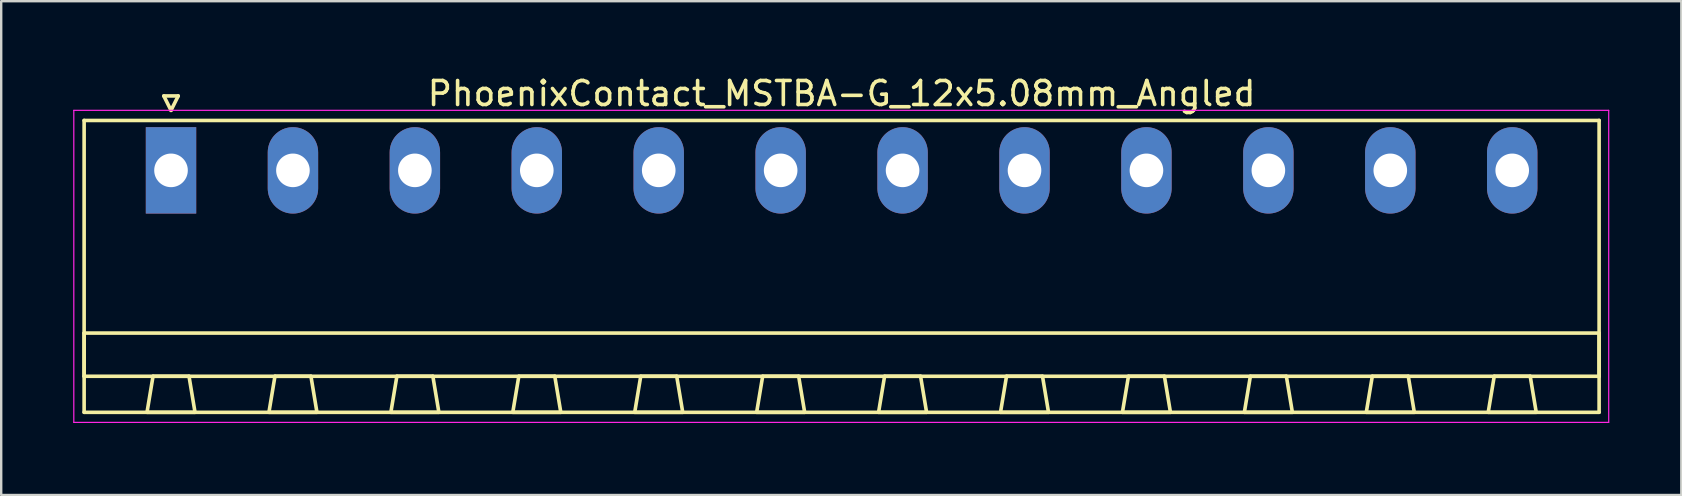
<source format=kicad_pcb>
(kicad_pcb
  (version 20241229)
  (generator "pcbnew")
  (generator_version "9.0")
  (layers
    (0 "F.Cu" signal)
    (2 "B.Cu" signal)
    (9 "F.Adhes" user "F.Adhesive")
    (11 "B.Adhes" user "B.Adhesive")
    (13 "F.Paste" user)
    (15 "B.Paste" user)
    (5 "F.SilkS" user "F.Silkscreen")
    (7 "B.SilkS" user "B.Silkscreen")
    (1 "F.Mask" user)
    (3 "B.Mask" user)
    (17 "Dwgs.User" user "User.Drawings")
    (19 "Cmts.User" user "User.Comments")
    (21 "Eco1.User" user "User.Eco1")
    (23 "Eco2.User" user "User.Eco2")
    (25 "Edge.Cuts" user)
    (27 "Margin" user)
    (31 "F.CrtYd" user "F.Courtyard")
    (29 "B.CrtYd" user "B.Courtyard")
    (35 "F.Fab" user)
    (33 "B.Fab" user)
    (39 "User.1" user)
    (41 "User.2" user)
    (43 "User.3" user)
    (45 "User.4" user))
  (footprint "PhoenixContact_MSTBA-G_12x5.08mm_Angled"
    (layer "F.Cu")
    (at 4.075 4.048)
    (property "Reference" "PhoenixContact_MSTBA-G_12x5.08mm_Angled" (at 27.94 -3.2 0) (layer "F.SilkS") (effects (font (size 1 1) (thickness 0.15))))
    (attr through_hole)
    (fp_line (start -3.62 -2.08) (end -3.62 10.08) (stroke (width 0.15) (type solid)) (layer "F.SilkS"))
    (fp_line (start -3.62 6.78) (end 59.5 6.78) (stroke (width 0.15) (type solid)) (layer "F.SilkS"))
    (fp_line (start -3.62 8.58) (end -3.62 6.78) (stroke (width 0.15) (type solid)) (layer "F.SilkS"))
    (fp_line (start -3.62 10.08) (end 59.5 10.08) (stroke (width 0.15) (type solid)) (layer "F.SilkS"))
    (fp_line (start -1 10.08) (end 1 10.08) (stroke (width 0.15) (type solid)) (layer "F.SilkS"))
    (fp_line (start -0.75 8.58) (end -1 10.08) (stroke (width 0.15) (type solid)) (layer "F.SilkS"))
    (fp_line (start -0.3 -3.1) (end 0 -2.5) (stroke (width 0.15) (type solid)) (layer "F.SilkS"))
    (fp_line (start 0 -2.5) (end 0.3 -3.1) (stroke (width 0.15) (type solid)) (layer "F.SilkS"))
    (fp_line (start 0.3 -3.1) (end -0.3 -3.1) (stroke (width 0.15) (type solid)) (layer "F.SilkS"))
    (fp_line (start 0.75 8.58) (end -0.75 8.58) (stroke (width 0.15) (type solid)) (layer "F.SilkS"))
    (fp_line (start 1 10.08) (end 0.75 8.58) (stroke (width 0.15) (type solid)) (layer "F.SilkS"))
    (fp_line (start 4.08 10.08) (end 6.08 10.08) (stroke (width 0.15) (type solid)) (layer "F.SilkS"))
    (fp_line (start 4.33 8.58) (end 4.08 10.08) (stroke (width 0.15) (type solid)) (layer "F.SilkS"))
    (fp_line (start 5.83 8.58) (end 4.33 8.58) (stroke (width 0.15) (type solid)) (layer "F.SilkS"))
    (fp_line (start 6.08 10.08) (end 5.83 8.58) (stroke (width 0.15) (type solid)) (layer "F.SilkS"))
    (fp_line (start 9.16 10.08) (end 11.16 10.08) (stroke (width 0.15) (type solid)) (layer "F.SilkS"))
    (fp_line (start 9.41 8.58) (end 9.16 10.08) (stroke (width 0.15) (type solid)) (layer "F.SilkS"))
    (fp_line (start 10.91 8.58) (end 9.41 8.58) (stroke (width 0.15) (type solid)) (layer "F.SilkS"))
    (fp_line (start 11.16 10.08) (end 10.91 8.58) (stroke (width 0.15) (type solid)) (layer "F.SilkS"))
    (fp_line (start 14.24 10.08) (end 16.24 10.08) (stroke (width 0.15) (type solid)) (layer "F.SilkS"))
    (fp_line (start 14.49 8.58) (end 14.24 10.08) (stroke (width 0.15) (type solid)) (layer "F.SilkS"))
    (fp_line (start 15.99 8.58) (end 14.49 8.58) (stroke (width 0.15) (type solid)) (layer "F.SilkS"))
    (fp_line (start 16.24 10.08) (end 15.99 8.58) (stroke (width 0.15) (type solid)) (layer "F.SilkS"))
    (fp_line (start 19.32 10.08) (end 21.32 10.08) (stroke (width 0.15) (type solid)) (layer "F.SilkS"))
    (fp_line (start 19.57 8.58) (end 19.32 10.08) (stroke (width 0.15) (type solid)) (layer "F.SilkS"))
    (fp_line (start 21.07 8.58) (end 19.57 8.58) (stroke (width 0.15) (type solid)) (layer "F.SilkS"))
    (fp_line (start 21.32 10.08) (end 21.07 8.58) (stroke (width 0.15) (type solid)) (layer "F.SilkS"))
    (fp_line (start 24.4 10.08) (end 26.4 10.08) (stroke (width 0.15) (type solid)) (layer "F.SilkS"))
    (fp_line (start 24.65 8.58) (end 24.4 10.08) (stroke (width 0.15) (type solid)) (layer "F.SilkS"))
    (fp_line (start 26.15 8.58) (end 24.65 8.58) (stroke (width 0.15) (type solid)) (layer "F.SilkS"))
    (fp_line (start 26.4 10.08) (end 26.15 8.58) (stroke (width 0.15) (type solid)) (layer "F.SilkS"))
    (fp_line (start 29.48 10.08) (end 31.48 10.08) (stroke (width 0.15) (type solid)) (layer "F.SilkS"))
    (fp_line (start 29.73 8.58) (end 29.48 10.08) (stroke (width 0.15) (type solid)) (layer "F.SilkS"))
    (fp_line (start 31.23 8.58) (end 29.73 8.58) (stroke (width 0.15) (type solid)) (layer "F.SilkS"))
    (fp_line (start 31.48 10.08) (end 31.23 8.58) (stroke (width 0.15) (type solid)) (layer "F.SilkS"))
    (fp_line (start 34.56 10.08) (end 36.56 10.08) (stroke (width 0.15) (type solid)) (layer "F.SilkS"))
    (fp_line (start 34.81 8.58) (end 34.56 10.08) (stroke (width 0.15) (type solid)) (layer "F.SilkS"))
    (fp_line (start 36.31 8.58) (end 34.81 8.58) (stroke (width 0.15) (type solid)) (layer "F.SilkS"))
    (fp_line (start 36.56 10.08) (end 36.31 8.58) (stroke (width 0.15) (type solid)) (layer "F.SilkS"))
    (fp_line (start 39.64 10.08) (end 41.64 10.08) (stroke (width 0.15) (type solid)) (layer "F.SilkS"))
    (fp_line (start 39.89 8.58) (end 39.64 10.08) (stroke (width 0.15) (type solid)) (layer "F.SilkS"))
    (fp_line (start 41.39 8.58) (end 39.89 8.58) (stroke (width 0.15) (type solid)) (layer "F.SilkS"))
    (fp_line (start 41.64 10.08) (end 41.39 8.58) (stroke (width 0.15) (type solid)) (layer "F.SilkS"))
    (fp_line (start 44.72 10.08) (end 46.72 10.08) (stroke (width 0.15) (type solid)) (layer "F.SilkS"))
    (fp_line (start 44.97 8.58) (end 44.72 10.08) (stroke (width 0.15) (type solid)) (layer "F.SilkS"))
    (fp_line (start 46.47 8.58) (end 44.97 8.58) (stroke (width 0.15) (type solid)) (layer "F.SilkS"))
    (fp_line (start 46.72 10.08) (end 46.47 8.58) (stroke (width 0.15) (type solid)) (layer "F.SilkS"))
    (fp_line (start 49.8 10.08) (end 51.8 10.08) (stroke (width 0.15) (type solid)) (layer "F.SilkS"))
    (fp_line (start 50.05 8.58) (end 49.8 10.08) (stroke (width 0.15) (type solid)) (layer "F.SilkS"))
    (fp_line (start 51.55 8.58) (end 50.05 8.58) (stroke (width 0.15) (type solid)) (layer "F.SilkS"))
    (fp_line (start 51.8 10.08) (end 51.55 8.58) (stroke (width 0.15) (type solid)) (layer "F.SilkS"))
    (fp_line (start 54.88 10.08) (end 56.88 10.08) (stroke (width 0.15) (type solid)) (layer "F.SilkS"))
    (fp_line (start 55.13 8.58) (end 54.88 10.08) (stroke (width 0.15) (type solid)) (layer "F.SilkS"))
    (fp_line (start 56.63 8.58) (end 55.13 8.58) (stroke (width 0.15) (type solid)) (layer "F.SilkS"))
    (fp_line (start 56.88 10.08) (end 56.63 8.58) (stroke (width 0.15) (type solid)) (layer "F.SilkS"))
    (fp_line (start 59.5 -2.08) (end -3.62 -2.08) (stroke (width 0.15) (type solid)) (layer "F.SilkS"))
    (fp_line (start 59.5 6.78) (end 59.5 8.58) (stroke (width 0.15) (type solid)) (layer "F.SilkS"))
    (fp_line (start 59.5 8.58) (end -3.62 8.58) (stroke (width 0.15) (type solid)) (layer "F.SilkS"))
    (fp_line (start 59.5 10.08) (end 59.5 -2.08) (stroke (width 0.15) (type solid)) (layer "F.SilkS"))
    (fp_line (start -4.05 -2.5) (end -4.05 10.5) (stroke (width 0.05) (type solid)) (layer "F.CrtYd"))
    (fp_line (start -4.05 10.5) (end 59.9 10.5) (stroke (width 0.05) (type solid)) (layer "F.CrtYd"))
    (fp_line (start 59.9 -2.5) (end -4.05 -2.5) (stroke (width 0.05) (type solid)) (layer "F.CrtYd"))
    (fp_line (start 59.9 10.5) (end 59.9 -2.5) (stroke (width 0.05) (type solid)) (layer "F.CrtYd"))
    (pad "1" thru_hole rect (at 0 0) (size 2.1 3.6) (drill 1.4) (layers "*.Cu" "*.Mask"))
    (pad "2" thru_hole oval (at 5.08 0) (size 2.1 3.6) (drill 1.4) (layers "*.Cu" "*.Mask"))
    (pad "3" thru_hole oval (at 10.16 0) (size 2.1 3.6) (drill 1.4) (layers "*.Cu" "*.Mask"))
    (pad "4" thru_hole oval (at 15.24 0) (size 2.1 3.6) (drill 1.4) (layers "*.Cu" "*.Mask"))
    (pad "5" thru_hole oval (at 20.32 0) (size 2.1 3.6) (drill 1.4) (layers "*.Cu" "*.Mask"))
    (pad "6" thru_hole oval (at 25.4 0) (size 2.1 3.6) (drill 1.4) (layers "*.Cu" "*.Mask"))
    (pad "7" thru_hole oval (at 30.48 0) (size 2.1 3.6) (drill 1.4) (layers "*.Cu" "*.Mask"))
    (pad "8" thru_hole oval (at 35.56 0) (size 2.1 3.6) (drill 1.4) (layers "*.Cu" "*.Mask"))
    (pad "9" thru_hole oval (at 40.64 0) (size 2.1 3.6) (drill 1.4) (layers "*.Cu" "*.Mask"))
    (pad "10" thru_hole oval (at 45.72 0) (size 2.1 3.6) (drill 1.4) (layers "*.Cu" "*.Mask"))
    (pad "11" thru_hole oval (at 50.8 0) (size 2.1 3.6) (drill 1.4) (layers "*.Cu" "*.Mask"))
    (pad "12" thru_hole oval (at 55.88 0) (size 2.1 3.6) (drill 1.4) (layers "*.Cu" "*.Mask")))
  (gr_rect
    (start -3 -3)
    (end 67 17.573)
    (stroke (width 0.1) (type default))
    (fill no)
    (layer "Edge.Cuts")))
</source>
